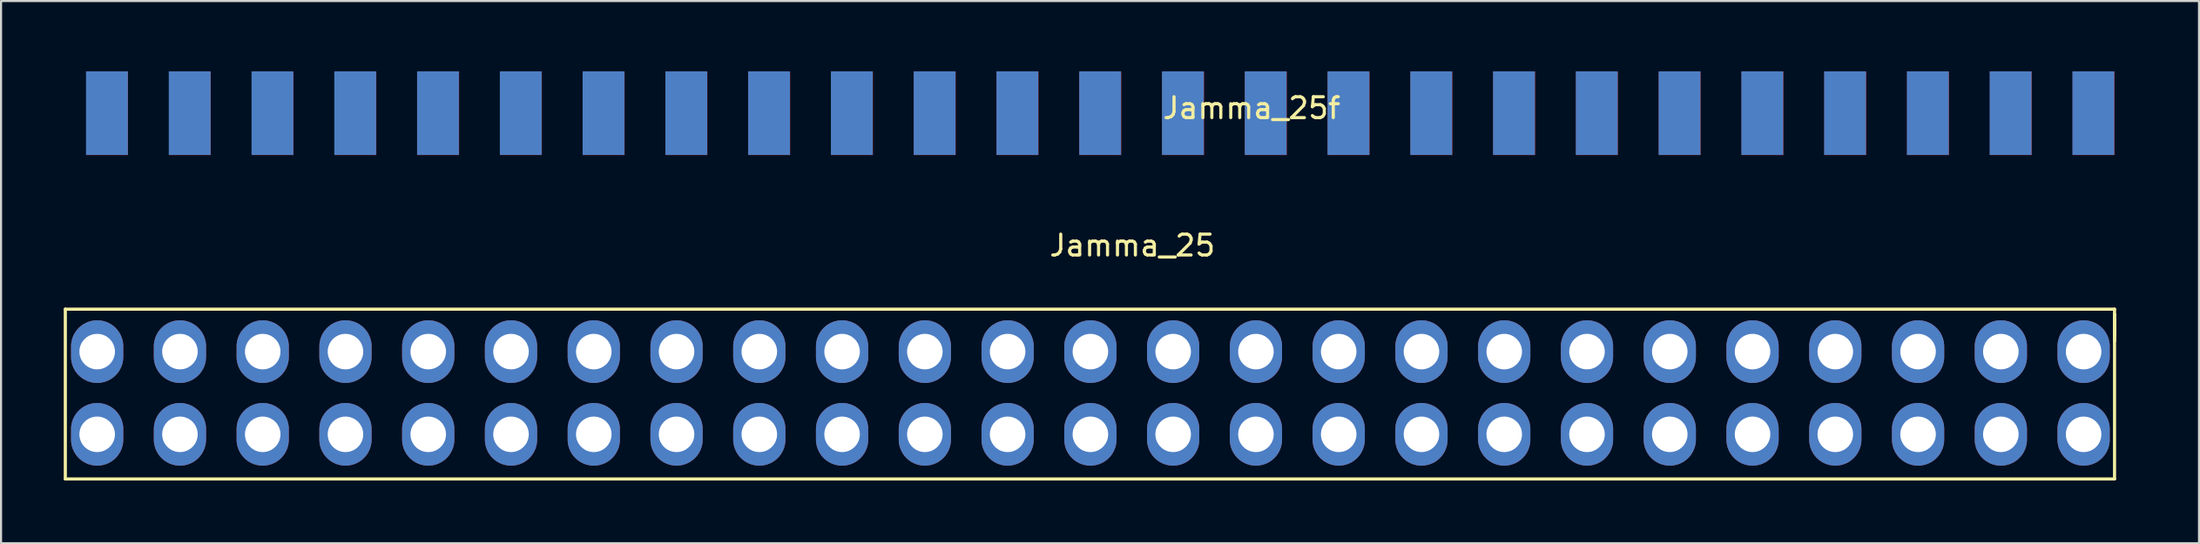
<source format=kicad_pcb>
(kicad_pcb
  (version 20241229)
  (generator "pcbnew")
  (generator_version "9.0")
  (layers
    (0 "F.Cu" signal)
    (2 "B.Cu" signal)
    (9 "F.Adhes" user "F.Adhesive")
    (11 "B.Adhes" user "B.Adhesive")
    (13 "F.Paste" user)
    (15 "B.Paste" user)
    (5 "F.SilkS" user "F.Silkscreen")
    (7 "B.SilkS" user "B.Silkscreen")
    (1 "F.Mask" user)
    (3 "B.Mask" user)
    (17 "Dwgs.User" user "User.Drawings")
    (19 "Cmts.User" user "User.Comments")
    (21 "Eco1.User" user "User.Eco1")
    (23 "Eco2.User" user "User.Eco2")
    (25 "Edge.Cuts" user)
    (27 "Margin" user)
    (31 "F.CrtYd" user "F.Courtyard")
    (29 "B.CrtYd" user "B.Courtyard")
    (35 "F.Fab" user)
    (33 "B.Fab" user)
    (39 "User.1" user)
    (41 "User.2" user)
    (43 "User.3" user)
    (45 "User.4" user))
  (footprint "Jamma_25f"
    (layer "F.Cu")
    (at 3.095 4.605)
    (property "Reference" "Jamma_25f" (at 53.74 -2.48 0) (layer "F.SilkS") (effects (font (size 1 1) (thickness 0.15))))
    (attr through_hole)
    (fp_line (start -3.02 -4.5) (end 95.9 -4.5) (stroke (width 0.15) (type solid)) (layer "B.Paste"))
    (fp_line (start -3.02 0.02) (end -3.02 -4.53) (stroke (width 0.15) (type solid)) (layer "B.Paste"))
    (fp_line (start 95.87 -0.02) (end -3.02 0.02) (stroke (width 0.15) (type solid)) (layer "B.Paste"))
    (fp_line (start 95.99 -4.5) (end 95.99 0) (stroke (width 0.15) (type solid)) (layer "B.Paste"))
    (pad "1" connect rect (at -1.02 -2.23) (size 2 4) (layers "F.Cu" "F.Mask"))
    (pad "2" connect rect (at 2.94 -2.23) (size 2 4) (layers "F.Cu" "F.Mask"))
    (pad "3" connect rect (at 6.9 -2.23) (size 2 4) (layers "F.Cu" "F.Mask"))
    (pad "4" connect rect (at 10.86 -2.23) (size 2 4) (layers "F.Cu" "F.Mask"))
    (pad "5" connect rect (at 14.82 -2.23) (size 2 4) (layers "F.Cu" "F.Mask"))
    (pad "6" connect rect (at 18.78 -2.23) (size 2 4) (layers "F.Cu" "F.Mask"))
    (pad "7" connect rect (at 22.74 -2.23) (size 2 4) (layers "F.Cu" "F.Mask"))
    (pad "8" connect rect (at 26.7 -2.23) (size 2 4) (layers "F.Cu" "F.Mask"))
    (pad "9" connect rect (at 30.66 -2.23) (size 2 4) (layers "F.Cu" "F.Mask"))
    (pad "10" connect rect (at 34.62 -2.23) (size 2 4) (layers "F.Cu" "F.Mask"))
    (pad "11" connect rect (at 38.58 -2.23) (size 2 4) (layers "F.Cu" "F.Mask"))
    (pad "12" connect rect (at 42.54 -2.23) (size 2 4) (layers "F.Cu" "F.Mask"))
    (pad "13" connect rect (at 46.5 -2.23) (size 2 4) (layers "F.Cu" "F.Mask"))
    (pad "14" connect rect (at 50.46 -2.23) (size 2 4) (layers "F.Cu" "F.Mask"))
    (pad "15" connect rect (at 54.42 -2.23) (size 2 4) (layers "F.Cu" "F.Mask"))
    (pad "16" connect rect (at 58.38 -2.23) (size 2 4) (layers "F.Cu" "F.Mask"))
    (pad "17" connect rect (at 62.34 -2.23) (size 2 4) (layers "F.Cu" "F.Mask"))
    (pad "18" connect rect (at 66.3 -2.23) (size 2 4) (layers "F.Cu" "F.Mask"))
    (pad "19" connect rect (at 70.26 -2.23) (size 2 4) (layers "F.Cu" "F.Mask"))
    (pad "20" connect rect (at 74.22 -2.23) (size 2 4) (layers "F.Cu" "F.Mask"))
    (pad "21" connect rect (at 78.18 -2.23) (size 2 4) (layers "F.Cu" "F.Mask"))
    (pad "22" connect rect (at 82.14 -2.23) (size 2 4) (layers "F.Cu" "F.Mask"))
    (pad "23" connect rect (at 86.1 -2.23) (size 2 4) (layers "F.Cu" "F.Mask"))
    (pad "24" connect rect (at 90.06 -2.23) (size 2 4) (layers "F.Cu" "F.Mask"))
    (pad "25" connect rect (at 94.02 -2.23) (size 2 4) (layers "F.Cu" "F.Mask"))
    (pad "26" connect rect (at -1.03 -2.24) (size 2 4) (layers "B.Cu" "B.Mask"))
    (pad "27" connect rect (at 2.93 -2.24) (size 2 4) (layers "B.Cu" "B.Mask"))
    (pad "28" connect rect (at 6.89 -2.24) (size 2 4) (layers "B.Cu" "B.Mask"))
    (pad "29" connect rect (at 10.85 -2.24) (size 2 4) (layers "B.Cu" "B.Mask"))
    (pad "30" connect rect (at 14.81 -2.24) (size 2 4) (layers "B.Cu" "B.Mask"))
    (pad "31" connect rect (at 18.77 -2.24) (size 2 4) (layers "B.Cu" "B.Mask"))
    (pad "32" connect rect (at 22.73 -2.24) (size 2 4) (layers "B.Cu" "B.Mask"))
    (pad "33" connect rect (at 26.69 -2.24) (size 2 4) (layers "B.Cu" "B.Mask"))
    (pad "34" connect rect (at 30.65 -2.24) (size 2 4) (layers "B.Cu" "B.Mask"))
    (pad "35" connect rect (at 34.61 -2.24) (size 2 4) (layers "B.Cu" "B.Mask"))
    (pad "36" connect rect (at 38.57 -2.24) (size 2 4) (layers "B.Cu" "B.Mask"))
    (pad "37" connect rect (at 42.53 -2.24) (size 2 4) (layers "B.Cu" "B.Mask"))
    (pad "38" connect rect (at 46.49 -2.24) (size 2 4) (layers "B.Cu" "B.Mask"))
    (pad "39" connect rect (at 50.45 -2.24) (size 2 4) (layers "B.Cu" "B.Mask"))
    (pad "40" connect rect (at 54.41 -2.24) (size 2 4) (layers "B.Cu" "B.Mask"))
    (pad "41" connect rect (at 58.37 -2.24) (size 2 4) (layers "B.Cu" "B.Mask"))
    (pad "42" connect rect (at 62.33 -2.24) (size 2 4) (layers "B.Cu" "B.Mask"))
    (pad "43" connect rect (at 66.29 -2.24) (size 2 4) (layers "B.Cu" "B.Mask"))
    (pad "44" connect rect (at 70.25 -2.24) (size 2 4) (layers "B.Cu" "B.Mask"))
    (pad "45" connect rect (at 74.21 -2.24) (size 2 4) (layers "B.Cu" "B.Mask"))
    (pad "46" connect rect (at 78.17 -2.24) (size 2 4) (layers "B.Cu" "B.Mask"))
    (pad "47" connect rect (at 82.13 -2.24) (size 2 4) (layers "B.Cu" "B.Mask"))
    (pad "48" connect rect (at 86.09 -2.24) (size 2 4) (layers "B.Cu" "B.Mask"))
    (pad "49" connect rect (at 90.05 -2.24) (size 2 4) (layers "B.Cu" "B.Mask"))
    (pad "50" connect rect (at 94.01 -2.24) (size 2 4) (layers "B.Cu" "B.Mask")))
  (footprint "Jamma_25"
    (layer "F.Cu")
    (at 2.615 11.751)
    (property "Reference" "Jamma_25" (at 48.514 -3.048 0) (layer "F.SilkS") (effects (font (size 1 1) (thickness 0.15))))
    (attr through_hole)
    (fp_line (start -2.54 0) (end 95.504 0) (stroke (width 0.15) (type solid)) (layer "F.SilkS"))
    (fp_line (start -2.54 8.128) (end -2.54 0) (stroke (width 0.15) (type solid)) (layer "F.SilkS"))
    (fp_line (start 95.504 0) (end 95.504 0.254) (stroke (width 0.15) (type solid)) (layer "F.SilkS"))
    (fp_line (start 95.504 0.254) (end 95.504 0.508) (stroke (width 0.15) (type solid)) (layer "F.SilkS"))
    (fp_line (start 95.504 0.254) (end 95.504 8.128) (stroke (width 0.15) (type solid)) (layer "F.SilkS"))
    (fp_line (start 95.504 0.508) (end 95.504 1.27) (stroke (width 0.15) (type solid)) (layer "F.SilkS"))
    (fp_line (start 95.504 1.524) (end 95.504 0.508) (stroke (width 0.15) (type solid)) (layer "F.SilkS"))
    (fp_line (start 95.504 8.128) (end -2.54 8.128) (stroke (width 0.15) (type solid)) (layer "F.SilkS"))
    (pad "1" thru_hole oval (at -1.016 2.032) (size 2.5 3) (drill 1.7) (layers "*.Cu" "*.Mask"))
    (pad "2" thru_hole oval (at 2.944 2.032) (size 2.5 3) (drill 1.7) (layers "*.Cu" "*.Mask"))
    (pad "3" thru_hole oval (at 6.904 2.032) (size 2.5 3) (drill 1.7) (layers "*.Cu" "*.Mask"))
    (pad "4" thru_hole oval (at 10.864 2.032) (size 2.5 3) (drill 1.7) (layers "*.Cu" "*.Mask"))
    (pad "5" thru_hole oval (at 14.824 2.032) (size 2.5 3) (drill 1.7) (layers "*.Cu" "*.Mask"))
    (pad "6" thru_hole oval (at 18.784 2.032) (size 2.5 3) (drill 1.7) (layers "*.Cu" "*.Mask"))
    (pad "7" thru_hole oval (at 22.744 2.032) (size 2.5 3) (drill 1.7) (layers "*.Cu" "*.Mask"))
    (pad "8" thru_hole oval (at 26.704 2.032) (size 2.5 3) (drill 1.7) (layers "*.Cu" "*.Mask"))
    (pad "9" thru_hole oval (at 30.664 2.032) (size 2.5 3) (drill 1.7) (layers "*.Cu" "*.Mask"))
    (pad "10" thru_hole oval (at 34.624 2.032) (size 2.5 3) (drill 1.7) (layers "*.Cu" "*.Mask"))
    (pad "11" thru_hole oval (at 38.584 2.032) (size 2.5 3) (drill 1.7) (layers "*.Cu" "*.Mask"))
    (pad "12" thru_hole oval (at 42.544 2.032) (size 2.5 3) (drill 1.7) (layers "*.Cu" "*.Mask"))
    (pad "13" thru_hole oval (at 46.504 2.032) (size 2.5 3) (drill 1.7) (layers "*.Cu" "*.Mask"))
    (pad "14" thru_hole oval (at 50.464 2.032) (size 2.5 3) (drill 1.7) (layers "*.Cu" "*.Mask"))
    (pad "15" thru_hole oval (at 54.424 2.032) (size 2.5 3) (drill 1.7) (layers "*.Cu" "*.Mask"))
    (pad "16" thru_hole oval (at 58.384 2.032) (size 2.5 3) (drill 1.7) (layers "*.Cu" "*.Mask"))
    (pad "17" thru_hole oval (at 62.344 2.032) (size 2.5 3) (drill 1.7) (layers "*.Cu" "*.Mask"))
    (pad "18" thru_hole oval (at 66.304 2.032) (size 2.5 3) (drill 1.7) (layers "*.Cu" "*.Mask"))
    (pad "19" thru_hole oval (at 70.264 2.032) (size 2.5 3) (drill 1.7) (layers "*.Cu" "*.Mask"))
    (pad "20" thru_hole oval (at 74.224 2.032) (size 2.5 3) (drill 1.7) (layers "*.Cu" "*.Mask"))
    (pad "21" thru_hole oval (at 78.184 2.032) (size 2.5 3) (drill 1.7) (layers "*.Cu" "*.Mask"))
    (pad "22" thru_hole oval (at 82.144 2.032) (size 2.5 3) (drill 1.7) (layers "*.Cu" "*.Mask"))
    (pad "23" thru_hole oval (at 86.104 2.032) (size 2.5 3) (drill 1.7) (layers "*.Cu" "*.Mask"))
    (pad "24" thru_hole oval (at 90.064 2.032) (size 2.5 3) (drill 1.7) (layers "*.Cu" "*.Mask"))
    (pad "25" thru_hole oval (at 94.024 2.032) (size 2.5 3) (drill 1.7) (layers "*.Cu" "*.Mask"))
    (pad "26" thru_hole oval (at -1.016 5.992) (size 2.5 3) (drill 1.7) (layers "*.Cu" "*.Mask"))
    (pad "27" thru_hole oval (at 2.944 5.992) (size 2.5 3) (drill 1.7) (layers "*.Cu" "*.Mask"))
    (pad "28" thru_hole oval (at 6.904 5.992) (size 2.5 3) (drill 1.7) (layers "*.Cu" "*.Mask"))
    (pad "29" thru_hole oval (at 10.864 5.992) (size 2.5 3) (drill 1.7) (layers "*.Cu" "*.Mask"))
    (pad "30" thru_hole oval (at 14.824 5.992) (size 2.5 3) (drill 1.7) (layers "*.Cu" "*.Mask"))
    (pad "31" thru_hole oval (at 18.784 5.992) (size 2.5 3) (drill 1.7) (layers "*.Cu" "*.Mask"))
    (pad "32" thru_hole oval (at 22.744 5.992) (size 2.5 3) (drill 1.7) (layers "*.Cu" "*.Mask"))
    (pad "33" thru_hole oval (at 26.704 5.992) (size 2.5 3) (drill 1.7) (layers "*.Cu" "*.Mask"))
    (pad "34" thru_hole oval (at 30.664 5.992) (size 2.5 3) (drill 1.7) (layers "*.Cu" "*.Mask"))
    (pad "35" thru_hole oval (at 34.624 5.992) (size 2.5 3) (drill 1.7) (layers "*.Cu" "*.Mask"))
    (pad "36" thru_hole oval (at 38.584 5.992) (size 2.5 3) (drill 1.7) (layers "*.Cu" "*.Mask"))
    (pad "37" thru_hole oval (at 42.544 5.992) (size 2.5 3) (drill 1.7) (layers "*.Cu" "*.Mask"))
    (pad "38" thru_hole oval (at 46.504 5.992) (size 2.5 3) (drill 1.7) (layers "*.Cu" "*.Mask"))
    (pad "39" thru_hole oval (at 50.464 5.992) (size 2.5 3) (drill 1.7) (layers "*.Cu" "*.Mask"))
    (pad "40" thru_hole oval (at 54.424 5.992) (size 2.5 3) (drill 1.7) (layers "*.Cu" "*.Mask"))
    (pad "41" thru_hole oval (at 58.384 5.992) (size 2.5 3) (drill 1.7) (layers "*.Cu" "*.Mask"))
    (pad "42" thru_hole oval (at 62.344 5.992) (size 2.5 3) (drill 1.7) (layers "*.Cu" "*.Mask"))
    (pad "43" thru_hole oval (at 66.304 5.992) (size 2.5 3) (drill 1.7) (layers "*.Cu" "*.Mask"))
    (pad "44" thru_hole oval (at 70.264 5.992) (size 2.5 3) (drill 1.7) (layers "*.Cu" "*.Mask"))
    (pad "45" thru_hole oval (at 74.224 5.992) (size 2.5 3) (drill 1.7) (layers "*.Cu" "*.Mask"))
    (pad "46" thru_hole oval (at 78.184 5.992) (size 2.5 3) (drill 1.7) (layers "*.Cu" "*.Mask"))
    (pad "47" thru_hole oval (at 82.144 5.992) (size 2.5 3) (drill 1.7) (layers "*.Cu" "*.Mask"))
    (pad "48" thru_hole oval (at 86.104 5.992) (size 2.5 3) (drill 1.7) (layers "*.Cu" "*.Mask"))
    (pad "49" thru_hole oval (at 90.064 5.992) (size 2.5 3) (drill 1.7) (layers "*.Cu" "*.Mask"))
    (pad "50" thru_hole oval (at 94.024 5.992) (size 2.5 3) (drill 1.7) (layers "*.Cu" "*.Mask")))
  (gr_rect
    (start -3 -3)
    (end 102.16 22.954)
    (stroke (width 0.1) (type default))
    (fill no)
    (layer "Edge.Cuts")))
</source>
